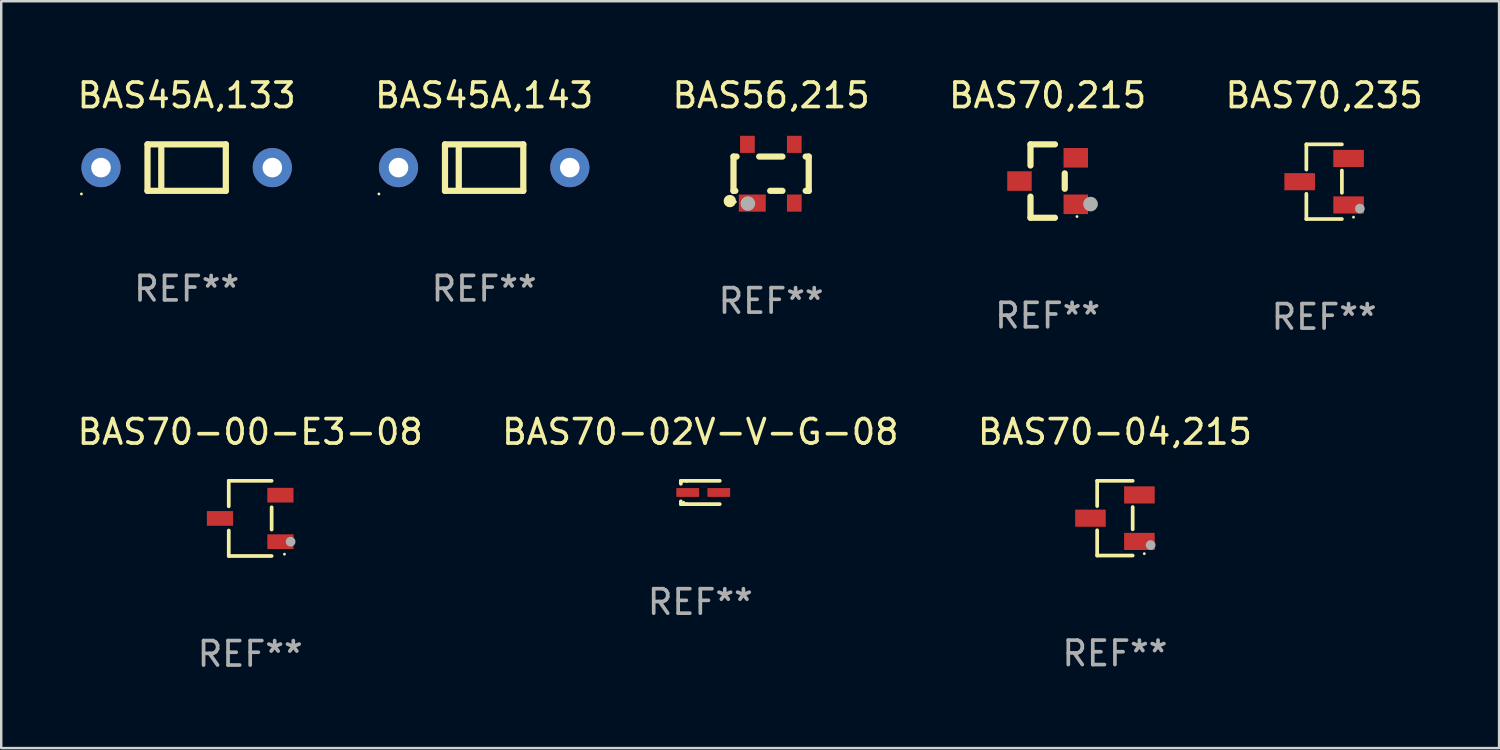
<source format=kicad_pcb>
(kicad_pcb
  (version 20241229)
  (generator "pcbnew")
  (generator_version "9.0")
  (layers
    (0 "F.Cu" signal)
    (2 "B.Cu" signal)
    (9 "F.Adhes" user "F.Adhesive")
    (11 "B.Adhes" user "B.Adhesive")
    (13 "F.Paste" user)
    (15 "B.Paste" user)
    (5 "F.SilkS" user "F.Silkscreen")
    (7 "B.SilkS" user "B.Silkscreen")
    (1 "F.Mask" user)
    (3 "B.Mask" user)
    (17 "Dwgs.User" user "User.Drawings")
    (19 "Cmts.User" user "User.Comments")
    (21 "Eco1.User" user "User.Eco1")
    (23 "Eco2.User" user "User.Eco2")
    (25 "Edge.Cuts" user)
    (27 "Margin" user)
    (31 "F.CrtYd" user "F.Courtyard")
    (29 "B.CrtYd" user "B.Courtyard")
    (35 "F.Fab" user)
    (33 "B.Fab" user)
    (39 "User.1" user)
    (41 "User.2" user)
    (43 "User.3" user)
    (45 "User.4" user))
  (footprint "BAS70-00-E3-08"
    (layer "F.Cu")
    (at 7.173 18.133)
    (property "Reference" "BAS70-00-E3-08" (at 0 -3.536 0) (layer "F.SilkS") (effects (font (size 1 1) (thickness 0.15))))
    (attr through_hole)
    (fp_line (start -0.876 -1.536) (end -0.876 -0.495) (stroke (width 0.152) (type solid)) (layer "F.SilkS"))
    (fp_line (start -0.876 1.536) (end -0.876 0.495) (stroke (width 0.152) (type solid)) (layer "F.SilkS"))
    (fp_line (start 0.876 -1.536) (end -0.876 -1.536) (stroke (width 0.152) (type solid)) (layer "F.SilkS"))
    (fp_line (start 0.876 -0.455) (end 0.876 0.455) (stroke (width 0.152) (type solid)) (layer "F.SilkS"))
    (fp_line (start 0.876 1.536) (end -0.876 1.536) (stroke (width 0.152) (type solid)) (layer "F.SilkS"))
    (fp_circle (center 1.4 1.46) (end 1.43 1.46) (stroke (width 0.06) (type solid)) (fill no) (layer "F.SilkS"))
    (fp_circle (center 1.651 0.95) (end 1.751 0.95) (stroke (width 0.2) (type solid)) (fill no) (layer "F.Fab"))
    (fp_text user "REF**" (at 0 5.536 0) (layer "F.Fab") (effects (font (size 1 1) (thickness 0.15))))
    (pad "1" smd rect (at 1.235 0.95) (size 1.07 0.6) (layers "F.Cu" "F.Mask" "F.Paste"))
    (pad "2" smd rect (at 1.235 -0.95) (size 1.07 0.6) (layers "F.Cu" "F.Mask" "F.Paste"))
    (pad "3" smd rect (at -1.235 0) (size 1.07 0.6) (layers "F.Cu" "F.Mask" "F.Paste")))
  (footprint "BAS70,215"
    (layer "F.Cu")
    (at 39.756 4.348)
    (property "Reference" "BAS70,215" (at 0 -3.5 0) (layer "F.SilkS") (effects (font (size 1 1) (thickness 0.15))))
    (attr through_hole)
    (fp_line (start -0.7 -1.5) (end 0.3 -1.5) (stroke (width 0.254) (type solid)) (layer "F.SilkS"))
    (fp_line (start -0.7 -0.636) (end -0.7 -1.5) (stroke (width 0.254) (type solid)) (layer "F.SilkS"))
    (fp_line (start -0.7 1.5) (end -0.7 0.636) (stroke (width 0.254) (type solid)) (layer "F.SilkS"))
    (fp_line (start -0.7 1.5) (end 0.3 1.5) (stroke (width 0.254) (type solid)) (layer "F.SilkS"))
    (fp_line (start 0.7 0.314) (end 0.7 -0.314) (stroke (width 0.254) (type solid)) (layer "F.SilkS"))
    (fp_circle (center 1.2 1.45) (end 1.23 1.45) (stroke (width 0.06) (type solid)) (fill no) (layer "F.SilkS"))
    (fp_circle (center 1.753 0.94) (end 1.903 0.94) (stroke (width 0.3) (type solid)) (fill no) (layer "F.Fab"))
    (fp_text user "REF**" (at 0 5.5 0) (layer "F.Fab") (effects (font (size 1 1) (thickness 0.15))))
    (pad "1" smd rect (at 1.15 0.95 180) (size 1 0.8) (layers "F.Cu" "F.Mask" "F.Paste"))
    (pad "2" smd rect (at 1.15 -0.95 180) (size 1 0.8) (layers "F.Cu" "F.Mask" "F.Paste"))
    (pad "3" smd rect (at -1.15 -0.000051 180) (size 1 0.8) (layers "F.Cu" "F.Mask" "F.Paste")))
  (footprint "BAS56,215"
    (layer "F.Cu")
    (at 28.458 4.048)
    (property "Reference" "BAS56,215" (at 0 -3.2 0) (layer "F.SilkS") (effects (font (size 1 1) (thickness 0.15))))
    (attr through_hole)
    (fp_line (start -1.537 -0.7) (end -1.412 -0.7) (stroke (width 0.254) (type solid)) (layer "F.SilkS"))
    (fp_line (start -1.537 0.7) (end -1.537 -0.7) (stroke (width 0.254) (type solid)) (layer "F.SilkS"))
    (fp_line (start -1.537 0.7) (end -1.462 0.7) (stroke (width 0.254) (type solid)) (layer "F.SilkS"))
    (fp_line (start -0.488 -0.7) (end 0.462 -0.7) (stroke (width 0.254) (type solid)) (layer "F.SilkS"))
    (fp_line (start -0.038 0.7) (end 0.462 0.7) (stroke (width 0.254) (type solid)) (layer "F.SilkS"))
    (fp_line (start 1.412 -0.7) (end 1.537 -0.7) (stroke (width 0.254) (type solid)) (layer "F.SilkS"))
    (fp_line (start 1.412 0.7) (end 1.537 0.7) (stroke (width 0.254) (type solid)) (layer "F.SilkS"))
    (fp_line (start 1.537 0.7) (end 1.537 -0.7) (stroke (width 0.254) (type solid)) (layer "F.SilkS"))
    (fp_circle (center -1.687 1.118) (end -1.56 1.118) (stroke (width 0.254) (type solid)) (fill no) (layer "F.SilkS"))
    (fp_circle (center -1.461 1.15) (end -1.431 1.15) (stroke (width 0.06) (type solid)) (fill no) (layer "F.SilkS"))
    (fp_circle (center -0.951 1.219) (end -0.801 1.219) (stroke (width 0.3) (type solid)) (fill no) (layer "F.Fab"))
    (fp_text user "REF**" (at 0 5.2 0) (layer "F.Fab") (effects (font (size 1 1) (thickness 0.15))))
    (pad "1" smd rect (at -0.769 1.2) (size 1.1 0.7) (layers "F.Cu" "F.Mask" "F.Paste"))
    (pad "2" smd rect (at 0.947 1.2) (size 0.6 0.7) (layers "F.Cu" "F.Mask" "F.Paste"))
    (pad "3" smd rect (at 0.947 -1.2) (size 0.6 0.7) (layers "F.Cu" "F.Mask" "F.Paste"))
    (pad "4" smd rect (at -0.969 -1.2) (size 0.6 0.7) (layers "F.Cu" "F.Mask" "F.Paste")))
  (footprint "BAS45A,133"
    (layer "F.Cu")
    (at 4.577 3.798)
    (property "Reference" "BAS45A,133" (at 0 -2.95 0) (layer "F.SilkS") (effects (font (size 1 1) (thickness 0.15))))
    (attr through_hole)
    (fp_line (start -1.6 -0.95) (end -1.6 0.95) (stroke (width 0.254) (type solid)) (layer "F.SilkS"))
    (fp_line (start -1.6 -0.95) (end 1.6 -0.95) (stroke (width 0.254) (type solid)) (layer "F.SilkS"))
    (fp_line (start -1.6 0.95) (end 1.6 0.95) (stroke (width 0.254) (type solid)) (layer "F.SilkS"))
    (fp_line (start -1.037 -0.8) (end -1.037 0.8) (stroke (width 0.254) (type solid)) (layer "F.SilkS"))
    (fp_line (start 1.6 0.95) (end 1.6 -0.95) (stroke (width 0.254) (type solid)) (layer "F.SilkS"))
    (fp_circle (center -4.3 1.077) (end -4.27 1.077) (stroke (width 0.06) (type solid)) (fill no) (layer "F.SilkS"))
    (fp_text user "REF**" (at 0 4.95 0) (layer "F.Fab") (effects (font (size 1 1) (thickness 0.15))))
    (pad "1" thru_hole circle (at -3.5 0) (size 1.6 1.6) (drill 0.8) (layers "*.Cu" "*.Mask"))
    (pad "2" thru_hole circle (at 3.5 0) (size 1.6 1.6) (drill 0.8) (layers "*.Cu" "*.Mask")))
  (footprint "BAS70-04,215"
    (layer "F.Cu")
    (at 42.506 18.123)
    (property "Reference" "BAS70-04,215" (at 0 -3.526 0) (layer "F.SilkS") (effects (font (size 1 1) (thickness 0.15))))
    (attr through_hole)
    (fp_line (start -0.726 -1.526) (end -0.726 -0.495) (stroke (width 0.152) (type solid)) (layer "F.SilkS"))
    (fp_line (start -0.726 1.526) (end -0.726 0.495) (stroke (width 0.152) (type solid)) (layer "F.SilkS"))
    (fp_line (start 0.726 -1.526) (end -0.726 -1.526) (stroke (width 0.152) (type solid)) (layer "F.SilkS"))
    (fp_line (start 0.726 -0.455) (end 0.726 0.455) (stroke (width 0.152) (type solid)) (layer "F.SilkS"))
    (fp_line (start 0.726 1.526) (end -0.726 1.526) (stroke (width 0.152) (type solid)) (layer "F.SilkS"))
    (fp_circle (center 1.2 1.45) (end 1.23 1.45) (stroke (width 0.06) (type solid)) (fill no) (layer "F.SilkS"))
    (fp_circle (center 1.46 1.1) (end 1.56 1.1) (stroke (width 0.2) (type solid)) (fill no) (layer "F.Fab"))
    (fp_text user "REF**" (at 0 5.526 0) (layer "F.Fab") (effects (font (size 1 1) (thickness 0.15))))
    (pad "1" smd rect (at 1 0.95) (size 1.25 0.7) (layers "F.Cu" "F.Mask" "F.Paste"))
    (pad "2" smd rect (at 1 -0.95) (size 1.25 0.7) (layers "F.Cu" "F.Mask" "F.Paste"))
    (pad "3" smd rect (at -1 0) (size 1.25 0.7) (layers "F.Cu" "F.Mask" "F.Paste")))
  (footprint "BAS70,235"
    (layer "F.Cu")
    (at 51.054 4.374)
    (property "Reference" "BAS70,235" (at 0 -3.526 0) (layer "F.SilkS") (effects (font (size 1 1) (thickness 0.15))))
    (attr through_hole)
    (fp_line (start -0.726 -1.526) (end -0.726 -0.495) (stroke (width 0.152) (type solid)) (layer "F.SilkS"))
    (fp_line (start -0.726 1.526) (end -0.726 0.495) (stroke (width 0.152) (type solid)) (layer "F.SilkS"))
    (fp_line (start 0.726 -1.526) (end -0.726 -1.526) (stroke (width 0.152) (type solid)) (layer "F.SilkS"))
    (fp_line (start 0.726 -0.455) (end 0.726 0.455) (stroke (width 0.152) (type solid)) (layer "F.SilkS"))
    (fp_line (start 0.726 1.526) (end -0.726 1.526) (stroke (width 0.152) (type solid)) (layer "F.SilkS"))
    (fp_circle (center 1.2 1.45) (end 1.23 1.45) (stroke (width 0.06) (type solid)) (fill no) (layer "F.SilkS"))
    (fp_circle (center 1.46 1.1) (end 1.56 1.1) (stroke (width 0.2) (type solid)) (fill no) (layer "F.Fab"))
    (fp_text user "REF**" (at 0 5.526 0) (layer "F.Fab") (effects (font (size 1 1) (thickness 0.15))))
    (pad "1" smd rect (at 1 0.95) (size 1.25 0.7) (layers "F.Cu" "F.Mask" "F.Paste"))
    (pad "2" smd rect (at 1 -0.95) (size 1.25 0.7) (layers "F.Cu" "F.Mask" "F.Paste"))
    (pad "3" smd rect (at -1 0) (size 1.25 0.7) (layers "F.Cu" "F.Mask" "F.Paste")))
  (footprint "BAS45A,143"
    (layer "F.Cu")
    (at 16.732 3.798)
    (property "Reference" "BAS45A,143" (at 0 -2.95 0) (layer "F.SilkS") (effects (font (size 1 1) (thickness 0.15))))
    (attr through_hole)
    (fp_line (start -1.6 -0.95) (end -1.6 0.95) (stroke (width 0.254) (type solid)) (layer "F.SilkS"))
    (fp_line (start -1.6 -0.95) (end 1.6 -0.95) (stroke (width 0.254) (type solid)) (layer "F.SilkS"))
    (fp_line (start -1.6 0.95) (end 1.6 0.95) (stroke (width 0.254) (type solid)) (layer "F.SilkS"))
    (fp_line (start -1.037 -0.8) (end -1.037 0.8) (stroke (width 0.254) (type solid)) (layer "F.SilkS"))
    (fp_line (start 1.6 0.95) (end 1.6 -0.95) (stroke (width 0.254) (type solid)) (layer "F.SilkS"))
    (fp_circle (center -4.3 1.077) (end -4.27 1.077) (stroke (width 0.06) (type solid)) (fill no) (layer "F.SilkS"))
    (fp_text user "REF**" (at 0 4.95 0) (layer "F.Fab") (effects (font (size 1 1) (thickness 0.15))))
    (pad "1" thru_hole circle (at -3.5 0) (size 1.6 1.6) (drill 0.8) (layers "*.Cu" "*.Mask"))
    (pad "2" thru_hole circle (at 3.5 0) (size 1.6 1.6) (drill 0.8) (layers "*.Cu" "*.Mask")))
  (footprint "BAS70-02V-V-G-08"
    (layer "F.Cu")
    (at 25.565 17.073)
    (property "Reference" "BAS70-02V-V-G-08" (at 0 -2.476 0) (layer "F.SilkS") (effects (font (size 1 1) (thickness 0.15))))
    (attr through_hole)
    (fp_line (start -0.795 -0.476) (end -0.795 -0.356) (stroke (width 0.152) (type solid)) (layer "F.SilkS"))
    (fp_line (start -0.795 0.363) (end -0.795 0.476) (stroke (width 0.152) (type solid)) (layer "F.SilkS"))
    (fp_line (start -0.795 0.476) (end -0.557 0.476) (stroke (width 0.152) (type solid)) (layer "F.SilkS"))
    (fp_line (start -0.557 -0.476) (end -0.795 -0.476) (stroke (width 0.152) (type solid)) (layer "F.SilkS"))
    (fp_line (start -0.557 -0.476) (end 0.795 -0.476) (stroke (width 0.152) (type solid)) (layer "F.SilkS"))
    (fp_line (start -0.557 0.476) (end 0.795 0.476) (stroke (width 0.152) (type solid)) (layer "F.SilkS"))
    (fp_circle (center -0.681 0.4) (end -0.651 0.4) (stroke (width 0.06) (type solid)) (fill no) (layer "F.SilkS"))
    (fp_text user "REF**" (at 0 4.476 0) (layer "F.Fab") (effects (font (size 1 1) (thickness 0.15))))
    (pad "1" smd rect (at -0.516 0 180) (size 0.93 0.36) (layers "F.Cu" "F.Mask" "F.Paste"))
    (pad "2" smd rect (at 0.754 0 180) (size 0.93 0.36) (layers "F.Cu" "F.Mask" "F.Paste")))
  (gr_rect
    (start -3 -3)
    (end 58.202 27.518)
    (stroke (width 0.1) (type default))
    (fill no)
    (layer "Edge.Cuts")))
</source>
